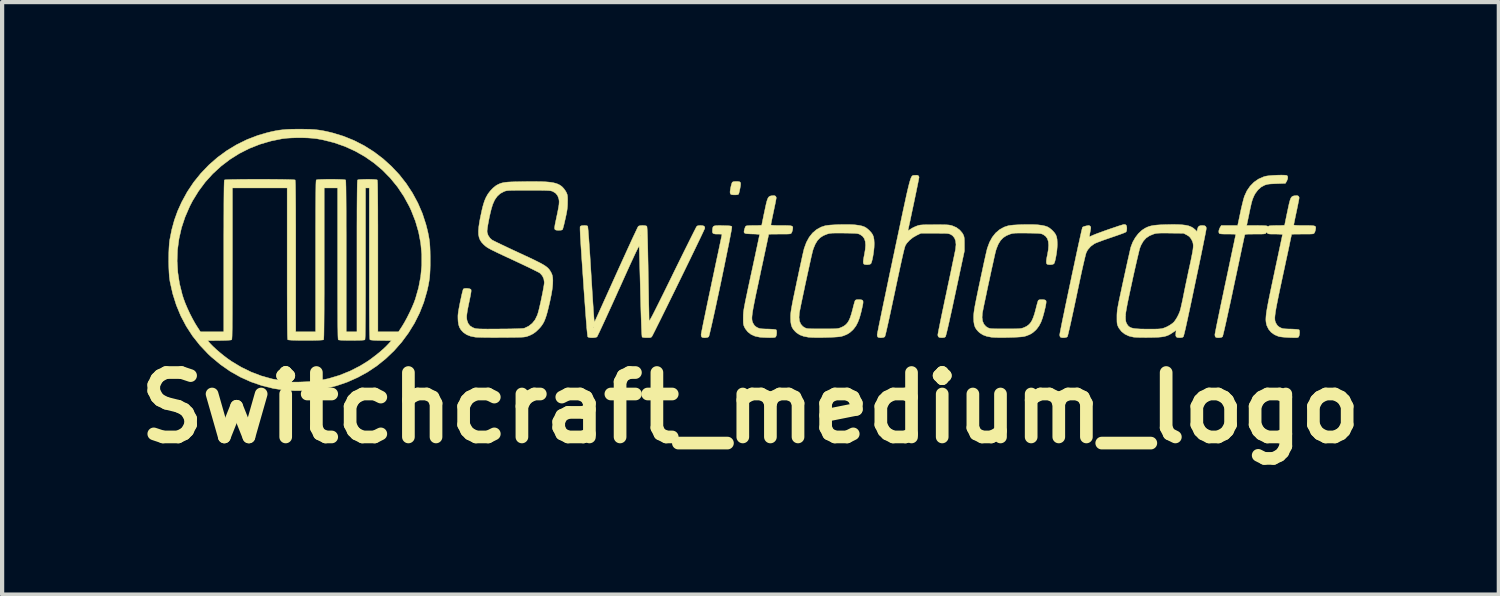
<source format=kicad_pcb>
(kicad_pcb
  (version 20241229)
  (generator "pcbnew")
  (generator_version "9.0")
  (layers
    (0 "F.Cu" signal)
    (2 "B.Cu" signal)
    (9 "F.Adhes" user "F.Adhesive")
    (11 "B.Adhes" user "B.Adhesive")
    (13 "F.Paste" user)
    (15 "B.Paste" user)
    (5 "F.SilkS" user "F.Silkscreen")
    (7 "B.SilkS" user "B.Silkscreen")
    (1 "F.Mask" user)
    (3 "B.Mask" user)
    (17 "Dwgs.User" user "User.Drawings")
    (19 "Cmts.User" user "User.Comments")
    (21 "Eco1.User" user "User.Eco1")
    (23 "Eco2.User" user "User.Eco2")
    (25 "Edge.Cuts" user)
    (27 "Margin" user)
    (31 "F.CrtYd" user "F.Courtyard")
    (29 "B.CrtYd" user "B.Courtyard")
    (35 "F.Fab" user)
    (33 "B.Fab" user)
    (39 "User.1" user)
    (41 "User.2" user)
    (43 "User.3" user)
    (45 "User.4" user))
  (footprint "Switchcraft_medium_logo"
    (layer "F.Cu")
    (at 14.703 3.097)
    (property "Reference" "Switchcraft_medium_logo" (at 0 3.5 0) (layer "F.SilkS") (effects (font (size 1.524 1.524) (thickness 0.3))))
    (attr through_hole)
    (fp_poly (pts (xy -0.288 -1.853) (xy -0.256 -1.846) (xy -0.238 -1.83) (xy -0.232 -1.8) (xy -0.236 -1.754) (xy -0.247 -1.692) (xy -0.258 -1.637) (xy -0.269 -1.592) (xy -0.278 -1.561) (xy -0.283 -1.553) (xy -0.302 -1.543) (xy -0.339 -1.538) (xy -0.382 -1.537) (xy -0.425 -1.539) (xy -0.457 -1.546) (xy -0.467 -1.552) (xy -0.479 -1.575) (xy -0.483 -1.602) (xy -0.48 -1.637) (xy -0.472 -1.684) (xy -0.462 -1.735) (xy -0.45 -1.783) (xy -0.438 -1.82) (xy -0.43 -1.837) (xy -0.407 -1.848) (xy -0.363 -1.854) (xy -0.337 -1.854) (xy -0.288 -1.853)) (stroke (width 0.01) (type solid)) (fill yes) (layer "F.SilkS"))
    (fp_poly (pts (xy -0.694 -0.811) (xy -0.657 -0.81) (xy -0.579 -0.808) (xy -0.523 -0.806) (xy -0.485 -0.803) (xy -0.46 -0.798) (xy -0.446 -0.792) (xy -0.44 -0.785) (xy -0.441 -0.77) (xy -0.446 -0.732) (xy -0.456 -0.673) (xy -0.471 -0.595) (xy -0.489 -0.5) (xy -0.51 -0.391) (xy -0.535 -0.269) (xy -0.562 -0.136) (xy -0.591 0.005) (xy -0.621 0.154) (xy -0.653 0.307) (xy -0.685 0.462) (xy -0.718 0.619) (xy -0.751 0.774) (xy -0.784 0.926) (xy -0.815 1.072) (xy -0.845 1.211) (xy -0.874 1.341) (xy -0.9 1.459) (xy -0.924 1.565) (xy -0.945 1.654) (xy -0.962 1.727) (xy -0.975 1.78) (xy -0.985 1.811) (xy -0.988 1.819) (xy -1.013 1.833) (xy -1.052 1.84) (xy -1.096 1.842) (xy -1.134 1.836) (xy -1.153 1.826) (xy -1.164 1.803) (xy -1.168 1.771) (xy -1.166 1.753) (xy -1.158 1.712) (xy -1.146 1.65) (xy -1.13 1.568) (xy -1.11 1.469) (xy -1.086 1.354) (xy -1.059 1.224) (xy -1.03 1.083) (xy -0.998 0.931) (xy -0.964 0.77) (xy -0.928 0.602) (xy -0.921 0.566) (xy -0.885 0.398) (xy -0.851 0.237) (xy -0.819 0.085) (xy -0.789 -0.056) (xy -0.761 -0.185) (xy -0.737 -0.3) (xy -0.716 -0.399) (xy -0.699 -0.481) (xy -0.686 -0.543) (xy -0.677 -0.585) (xy -0.673 -0.604) (xy -0.673 -0.604) (xy -0.685 -0.607) (xy -0.716 -0.609) (xy -0.76 -0.61) (xy -0.773 -0.61) (xy -0.833 -0.611) (xy -0.872 -0.619) (xy -0.893 -0.635) (xy -0.901 -0.664) (xy -0.899 -0.708) (xy -0.899 -0.711) (xy -0.895 -0.747) (xy -0.888 -0.774) (xy -0.876 -0.792) (xy -0.854 -0.803) (xy -0.818 -0.809) (xy -0.766 -0.811) (xy -0.694 -0.811)) (stroke (width 0.01) (type solid)) (fill yes) (layer "F.SilkS"))
    (fp_poly (pts (xy 8.873 -0.832) (xy 8.893 -0.811) (xy 8.902 -0.772) (xy 8.903 -0.742) (xy 8.899 -0.694) (xy 8.887 -0.664) (xy 8.88 -0.658) (xy 8.863 -0.649) (xy 8.825 -0.633) (xy 8.769 -0.612) (xy 8.699 -0.587) (xy 8.619 -0.559) (xy 8.531 -0.529) (xy 8.528 -0.528) (xy 8.437 -0.497) (xy 8.351 -0.467) (xy 8.274 -0.438) (xy 8.209 -0.414) (xy 8.161 -0.394) (xy 8.134 -0.381) (xy 8.048 -0.318) (xy 7.98 -0.24) (xy 7.946 -0.178) (xy 7.936 -0.149) (xy 7.922 -0.096) (xy 7.903 -0.018) (xy 7.879 0.085) (xy 7.85 0.211) (xy 7.817 0.362) (xy 7.78 0.536) (xy 7.738 0.734) (xy 7.715 0.845) (xy 7.678 1.019) (xy 7.644 1.179) (xy 7.612 1.325) (xy 7.584 1.455) (xy 7.559 1.567) (xy 7.537 1.66) (xy 7.52 1.734) (xy 7.507 1.785) (xy 7.498 1.814) (xy 7.496 1.819) (xy 7.471 1.833) (xy 7.431 1.84) (xy 7.388 1.842) (xy 7.35 1.836) (xy 7.33 1.826) (xy 7.319 1.803) (xy 7.315 1.772) (xy 7.318 1.753) (xy 7.325 1.712) (xy 7.337 1.65) (xy 7.353 1.569) (xy 7.372 1.472) (xy 7.395 1.361) (xy 7.421 1.238) (xy 7.448 1.105) (xy 7.478 0.963) (xy 7.509 0.815) (xy 7.541 0.663) (xy 7.574 0.508) (xy 7.606 0.354) (xy 7.639 0.202) (xy 7.671 0.053) (xy 7.701 -0.089) (xy 7.73 -0.224) (xy 7.757 -0.348) (xy 7.782 -0.46) (xy 7.804 -0.559) (xy 7.822 -0.641) (xy 7.837 -0.705) (xy 7.848 -0.748) (xy 7.854 -0.77) (xy 7.854 -0.772) (xy 7.874 -0.783) (xy 7.91 -0.795) (xy 7.941 -0.803) (xy 7.984 -0.811) (xy 8.009 -0.811) (xy 8.026 -0.805) (xy 8.035 -0.797) (xy 8.045 -0.785) (xy 8.05 -0.77) (xy 8.05 -0.747) (xy 8.044 -0.709) (xy 8.036 -0.665) (xy 8.027 -0.615) (xy 8.021 -0.576) (xy 8.019 -0.553) (xy 8.019 -0.549) (xy 8.032 -0.552) (xy 8.06 -0.563) (xy 8.079 -0.573) (xy 8.11 -0.586) (xy 8.158 -0.606) (xy 8.222 -0.63) (xy 8.296 -0.657) (xy 8.378 -0.687) (xy 8.462 -0.717) (xy 8.547 -0.746) (xy 8.628 -0.773) (xy 8.7 -0.798) (xy 8.762 -0.817) (xy 8.808 -0.831) (xy 8.835 -0.838) (xy 8.839 -0.838) (xy 8.873 -0.832)) (stroke (width 0.01) (type solid)) (fill yes) (layer "F.SilkS"))
    (fp_poly (pts (xy 0.596 -1.506) (xy 0.609 -1.476) (xy 0.61 -1.467) (xy 0.607 -1.447) (xy 0.6 -1.406) (xy 0.589 -1.348) (xy 0.574 -1.276) (xy 0.557 -1.195) (xy 0.546 -1.142) (xy 0.528 -1.058) (xy 0.512 -0.982) (xy 0.499 -0.917) (xy 0.489 -0.868) (xy 0.484 -0.837) (xy 0.483 -0.829) (xy 0.488 -0.823) (xy 0.508 -0.819) (xy 0.543 -0.816) (xy 0.597 -0.814) (xy 0.673 -0.813) (xy 0.729 -0.813) (xy 0.82 -0.813) (xy 0.89 -0.811) (xy 0.94 -0.808) (xy 0.973 -0.801) (xy 0.992 -0.791) (xy 1.001 -0.775) (xy 1.002 -0.753) (xy 0.998 -0.724) (xy 0.998 -0.721) (xy 0.988 -0.679) (xy 0.974 -0.644) (xy 0.971 -0.638) (xy 0.964 -0.629) (xy 0.954 -0.621) (xy 0.94 -0.616) (xy 0.916 -0.613) (xy 0.88 -0.611) (xy 0.827 -0.61) (xy 0.756 -0.61) (xy 0.692 -0.61) (xy 0.614 -0.609) (xy 0.545 -0.609) (xy 0.489 -0.608) (xy 0.451 -0.606) (xy 0.433 -0.605) (xy 0.432 -0.604) (xy 0.429 -0.591) (xy 0.422 -0.555) (xy 0.41 -0.499) (xy 0.394 -0.423) (xy 0.374 -0.33) (xy 0.351 -0.222) (xy 0.325 -0.101) (xy 0.297 0.032) (xy 0.266 0.174) (xy 0.234 0.323) (xy 0.234 0.326) (xy 0.194 0.514) (xy 0.159 0.678) (xy 0.128 0.821) (xy 0.103 0.944) (xy 0.082 1.05) (xy 0.065 1.139) (xy 0.052 1.214) (xy 0.043 1.276) (xy 0.037 1.327) (xy 0.034 1.369) (xy 0.035 1.403) (xy 0.038 1.431) (xy 0.043 1.455) (xy 0.051 1.476) (xy 0.06 1.497) (xy 0.065 1.506) (xy 0.094 1.552) (xy 0.133 1.585) (xy 0.159 1.6) (xy 0.186 1.613) (xy 0.212 1.622) (xy 0.243 1.628) (xy 0.284 1.632) (xy 0.34 1.635) (xy 0.406 1.636) (xy 0.481 1.639) (xy 0.542 1.643) (xy 0.586 1.648) (xy 0.607 1.654) (xy 0.608 1.655) (xy 0.617 1.676) (xy 0.62 1.713) (xy 0.618 1.755) (xy 0.61 1.794) (xy 0.598 1.821) (xy 0.598 1.822) (xy 0.585 1.831) (xy 0.563 1.836) (xy 0.527 1.839) (xy 0.472 1.84) (xy 0.44 1.84) (xy 0.371 1.838) (xy 0.302 1.835) (xy 0.241 1.831) (xy 0.213 1.828) (xy 0.106 1.805) (xy 0.013 1.763) (xy -0.064 1.703) (xy -0.123 1.627) (xy -0.136 1.603) (xy -0.151 1.571) (xy -0.161 1.544) (xy -0.167 1.514) (xy -0.17 1.475) (xy -0.171 1.422) (xy -0.171 1.365) (xy -0.17 1.333) (xy -0.17 1.304) (xy -0.168 1.275) (xy -0.166 1.244) (xy -0.162 1.21) (xy -0.156 1.17) (xy -0.148 1.122) (xy -0.137 1.065) (xy -0.124 0.996) (xy -0.107 0.914) (xy -0.086 0.816) (xy -0.062 0.7) (xy -0.033 0.565) (xy 0.001 0.407) (xy 0.023 0.306) (xy 0.055 0.159) (xy 0.085 0.019) (xy 0.113 -0.111) (xy 0.138 -0.23) (xy 0.161 -0.336) (xy 0.18 -0.427) (xy 0.196 -0.501) (xy 0.207 -0.555) (xy 0.214 -0.589) (xy 0.216 -0.599) (xy 0.204 -0.603) (xy 0.171 -0.606) (xy 0.122 -0.61) (xy 0.062 -0.612) (xy 0.043 -0.612) (xy -0.035 -0.615) (xy -0.09 -0.619) (xy -0.126 -0.626) (xy -0.146 -0.639) (xy -0.153 -0.659) (xy -0.15 -0.688) (xy -0.142 -0.72) (xy -0.13 -0.759) (xy -0.117 -0.788) (xy -0.112 -0.796) (xy -0.098 -0.803) (xy -0.068 -0.808) (xy -0.019 -0.811) (xy 0.052 -0.813) (xy 0.084 -0.813) (xy 0.149 -0.813) (xy 0.204 -0.815) (xy 0.244 -0.817) (xy 0.265 -0.82) (xy 0.267 -0.822) (xy 0.269 -0.836) (xy 0.276 -0.872) (xy 0.287 -0.926) (xy 0.301 -0.994) (xy 0.317 -1.073) (xy 0.332 -1.142) (xy 0.354 -1.247) (xy 0.372 -1.328) (xy 0.388 -1.391) (xy 0.404 -1.437) (xy 0.419 -1.47) (xy 0.437 -1.491) (xy 0.457 -1.505) (xy 0.482 -1.513) (xy 0.513 -1.518) (xy 0.514 -1.518) (xy 0.565 -1.52) (xy 0.596 -1.506)) (stroke (width 0.01) (type solid)) (fill yes) (layer "F.SilkS"))
    (fp_poly (pts (xy 3.975 -1.988) (xy 3.988 -1.958) (xy 3.988 -1.952) (xy 3.985 -1.936) (xy 3.978 -1.898) (xy 3.967 -1.841) (xy 3.952 -1.767) (xy 3.934 -1.68) (xy 3.914 -1.582) (xy 3.892 -1.477) (xy 3.869 -1.366) (xy 3.845 -1.253) (xy 3.821 -1.14) (xy 3.798 -1.031) (xy 3.777 -0.929) (xy 3.756 -0.835) (xy 3.739 -0.754) (xy 3.734 -0.734) (xy 3.729 -0.708) (xy 3.73 -0.696) (xy 3.74 -0.697) (xy 3.764 -0.711) (xy 3.804 -0.738) (xy 3.844 -0.761) (xy 3.895 -0.785) (xy 3.937 -0.802) (xy 3.963 -0.811) (xy 3.988 -0.818) (xy 4.015 -0.823) (xy 4.049 -0.826) (xy 4.092 -0.829) (xy 4.148 -0.83) (xy 4.221 -0.831) (xy 4.314 -0.831) (xy 4.356 -0.832) (xy 4.459 -0.832) (xy 4.54 -0.831) (xy 4.603 -0.83) (xy 4.651 -0.828) (xy 4.689 -0.825) (xy 4.721 -0.82) (xy 4.749 -0.814) (xy 4.777 -0.805) (xy 4.783 -0.803) (xy 4.873 -0.764) (xy 4.95 -0.706) (xy 5.01 -0.636) (xy 5.031 -0.6) (xy 5.043 -0.572) (xy 5.052 -0.545) (xy 5.057 -0.512) (xy 5.06 -0.468) (xy 5.061 -0.406) (xy 5.061 -0.375) (xy 5.061 -0.21) (xy 4.846 0.794) (xy 4.808 0.971) (xy 4.773 1.135) (xy 4.74 1.285) (xy 4.71 1.419) (xy 4.684 1.536) (xy 4.661 1.635) (xy 4.642 1.714) (xy 4.627 1.772) (xy 4.617 1.808) (xy 4.613 1.819) (xy 4.588 1.835) (xy 4.546 1.841) (xy 4.528 1.841) (xy 4.478 1.838) (xy 4.448 1.824) (xy 4.435 1.798) (xy 4.432 1.772) (xy 4.435 1.753) (xy 4.442 1.712) (xy 4.454 1.65) (xy 4.471 1.569) (xy 4.49 1.471) (xy 4.513 1.358) (xy 4.539 1.233) (xy 4.568 1.097) (xy 4.598 0.952) (xy 4.631 0.8) (xy 4.635 0.78) (xy 4.667 0.626) (xy 4.699 0.478) (xy 4.729 0.337) (xy 4.756 0.206) (xy 4.781 0.086) (xy 4.803 -0.019) (xy 4.822 -0.108) (xy 4.836 -0.179) (xy 4.847 -0.23) (xy 4.852 -0.258) (xy 4.852 -0.259) (xy 4.862 -0.361) (xy 4.853 -0.448) (xy 4.826 -0.519) (xy 4.781 -0.573) (xy 4.741 -0.599) (xy 4.721 -0.608) (xy 4.702 -0.615) (xy 4.68 -0.62) (xy 4.652 -0.624) (xy 4.614 -0.626) (xy 4.562 -0.628) (xy 4.494 -0.628) (xy 4.405 -0.629) (xy 4.356 -0.629) (xy 4.032 -0.629) (xy 3.934 -0.582) (xy 3.844 -0.53) (xy 3.764 -0.466) (xy 3.7 -0.396) (xy 3.667 -0.346) (xy 3.66 -0.329) (xy 3.651 -0.302) (xy 3.64 -0.263) (xy 3.627 -0.211) (xy 3.611 -0.145) (xy 3.592 -0.062) (xy 3.57 0.037) (xy 3.544 0.155) (xy 3.514 0.294) (xy 3.48 0.453) (xy 3.441 0.635) (xy 3.416 0.756) (xy 3.377 0.938) (xy 3.341 1.107) (xy 3.308 1.261) (xy 3.278 1.399) (xy 3.251 1.52) (xy 3.228 1.622) (xy 3.209 1.704) (xy 3.194 1.766) (xy 3.183 1.804) (xy 3.178 1.819) (xy 3.153 1.833) (xy 3.113 1.84) (xy 3.07 1.842) (xy 3.032 1.836) (xy 3.012 1.826) (xy 3.001 1.803) (xy 2.997 1.772) (xy 3 1.756) (xy 3.007 1.715) (xy 3.02 1.653) (xy 3.036 1.57) (xy 3.057 1.468) (xy 3.082 1.349) (xy 3.11 1.212) (xy 3.141 1.061) (xy 3.176 0.896) (xy 3.213 0.719) (xy 3.252 0.531) (xy 3.293 0.334) (xy 3.337 0.129) (xy 3.381 -0.082) (xy 3.386 -0.102) (xy 3.439 -0.355) (xy 3.488 -0.585) (xy 3.532 -0.792) (xy 3.571 -0.978) (xy 3.606 -1.143) (xy 3.638 -1.29) (xy 3.666 -1.419) (xy 3.69 -1.531) (xy 3.712 -1.627) (xy 3.732 -1.71) (xy 3.749 -1.779) (xy 3.764 -1.836) (xy 3.778 -1.882) (xy 3.79 -1.918) (xy 3.801 -1.946) (xy 3.811 -1.966) (xy 3.822 -1.981) (xy 3.832 -1.99) (xy 3.842 -1.995) (xy 3.853 -1.998) (xy 3.864 -1.999) (xy 3.877 -1.999) (xy 3.891 -2.001) (xy 3.892 -2.001) (xy 3.944 -2.002) (xy 3.975 -1.988)) (stroke (width 0.01) (type solid)) (fill yes) (layer "F.SilkS"))
    (fp_poly (pts (xy 2.352 -0.835) (xy 2.432 -0.831) (xy 2.477 -0.828) (xy 2.567 -0.816) (xy 2.638 -0.801) (xy 2.695 -0.781) (xy 2.745 -0.752) (xy 2.793 -0.712) (xy 2.814 -0.692) (xy 2.858 -0.644) (xy 2.89 -0.597) (xy 2.91 -0.546) (xy 2.922 -0.485) (xy 2.927 -0.407) (xy 2.927 -0.362) (xy 2.925 -0.299) (xy 2.918 -0.227) (xy 2.908 -0.151) (xy 2.896 -0.077) (xy 2.882 -0.01) (xy 2.868 0.044) (xy 2.854 0.081) (xy 2.847 0.092) (xy 2.823 0.106) (xy 2.783 0.113) (xy 2.74 0.114) (xy 2.702 0.109) (xy 2.682 0.099) (xy 2.672 0.08) (xy 2.668 0.048) (xy 2.672 -0.000011) (xy 2.683 -0.067) (xy 2.694 -0.122) (xy 2.715 -0.245) (xy 2.723 -0.348) (xy 2.716 -0.433) (xy 2.694 -0.501) (xy 2.657 -0.554) (xy 2.604 -0.593) (xy 2.598 -0.597) (xy 2.577 -0.607) (xy 2.558 -0.614) (xy 2.536 -0.62) (xy 2.508 -0.624) (xy 2.47 -0.627) (xy 2.419 -0.629) (xy 2.351 -0.631) (xy 2.262 -0.632) (xy 2.218 -0.633) (xy 2.119 -0.634) (xy 2.04 -0.634) (xy 1.98 -0.633) (xy 1.933 -0.632) (xy 1.897 -0.628) (xy 1.866 -0.624) (xy 1.838 -0.617) (xy 1.817 -0.611) (xy 1.725 -0.574) (xy 1.648 -0.524) (xy 1.585 -0.458) (xy 1.533 -0.373) (xy 1.489 -0.267) (xy 1.475 -0.222) (xy 1.467 -0.192) (xy 1.455 -0.141) (xy 1.438 -0.07) (xy 1.419 0.017) (xy 1.397 0.117) (xy 1.373 0.227) (xy 1.347 0.344) (xy 1.321 0.465) (xy 1.294 0.588) (xy 1.269 0.71) (xy 1.244 0.827) (xy 1.221 0.936) (xy 1.2 1.035) (xy 1.183 1.121) (xy 1.169 1.19) (xy 1.159 1.24) (xy 1.156 1.262) (xy 1.149 1.362) (xy 1.16 1.449) (xy 1.19 1.52) (xy 1.238 1.575) (xy 1.28 1.602) (xy 1.298 1.611) (xy 1.316 1.618) (xy 1.336 1.623) (xy 1.363 1.627) (xy 1.398 1.629) (xy 1.447 1.631) (xy 1.51 1.632) (xy 1.593 1.632) (xy 1.697 1.632) (xy 1.702 1.632) (xy 1.808 1.632) (xy 1.891 1.632) (xy 1.956 1.631) (xy 2.006 1.629) (xy 2.043 1.626) (xy 2.072 1.622) (xy 2.096 1.617) (xy 2.117 1.61) (xy 2.138 1.602) (xy 2.198 1.574) (xy 2.248 1.539) (xy 2.29 1.496) (xy 2.326 1.44) (xy 2.358 1.368) (xy 2.388 1.278) (xy 2.418 1.166) (xy 2.422 1.151) (xy 2.438 1.086) (xy 2.454 1.029) (xy 2.467 0.985) (xy 2.477 0.96) (xy 2.479 0.956) (xy 2.501 0.945) (xy 2.538 0.94) (xy 2.582 0.94) (xy 2.622 0.945) (xy 2.65 0.955) (xy 2.654 0.959) (xy 2.661 0.972) (xy 2.664 0.992) (xy 2.663 1.021) (xy 2.656 1.064) (xy 2.643 1.124) (xy 2.625 1.203) (xy 2.615 1.245) (xy 2.58 1.371) (xy 2.54 1.476) (xy 2.495 1.563) (xy 2.441 1.635) (xy 2.414 1.664) (xy 2.348 1.722) (xy 2.279 1.764) (xy 2.197 1.797) (xy 2.153 1.81) (xy 2.115 1.817) (xy 2.056 1.823) (xy 1.981 1.828) (xy 1.894 1.832) (xy 1.8 1.835) (xy 1.704 1.837) (xy 1.61 1.837) (xy 1.522 1.837) (xy 1.445 1.835) (xy 1.384 1.831) (xy 1.364 1.829) (xy 1.257 1.808) (xy 1.169 1.775) (xy 1.095 1.728) (xy 1.06 1.696) (xy 1.015 1.646) (xy 0.983 1.594) (xy 0.963 1.535) (xy 0.952 1.464) (xy 0.949 1.375) (xy 0.949 1.353) (xy 0.949 1.32) (xy 0.951 1.288) (xy 0.954 1.254) (xy 0.959 1.214) (xy 0.966 1.168) (xy 0.976 1.112) (xy 0.988 1.044) (xy 1.004 0.962) (xy 1.024 0.864) (xy 1.049 0.747) (xy 1.078 0.609) (xy 1.097 0.516) (xy 1.126 0.383) (xy 1.153 0.255) (xy 1.179 0.136) (xy 1.203 0.026) (xy 1.224 -0.071) (xy 1.242 -0.152) (xy 1.257 -0.215) (xy 1.267 -0.258) (xy 1.271 -0.272) (xy 1.323 -0.414) (xy 1.389 -0.535) (xy 1.469 -0.636) (xy 1.563 -0.716) (xy 1.67 -0.775) (xy 1.766 -0.807) (xy 1.816 -0.815) (xy 1.886 -0.823) (xy 1.97 -0.828) (xy 2.064 -0.833) (xy 2.163 -0.835) (xy 2.26 -0.836) (xy 2.352 -0.835)) (stroke (width 0.01) (type solid)) (fill yes) (layer "F.SilkS"))
    (fp_poly (pts (xy 6.683 -0.835) (xy 6.763 -0.831) (xy 6.807 -0.828) (xy 6.897 -0.816) (xy 6.968 -0.801) (xy 7.026 -0.781) (xy 7.075 -0.752) (xy 7.124 -0.712) (xy 7.145 -0.692) (xy 7.189 -0.644) (xy 7.221 -0.597) (xy 7.241 -0.546) (xy 7.253 -0.485) (xy 7.257 -0.407) (xy 7.258 -0.362) (xy 7.255 -0.299) (xy 7.249 -0.227) (xy 7.239 -0.151) (xy 7.226 -0.077) (xy 7.213 -0.01) (xy 7.199 0.044) (xy 7.185 0.081) (xy 7.178 0.092) (xy 7.153 0.106) (xy 7.114 0.113) (xy 7.07 0.114) (xy 7.032 0.109) (xy 7.013 0.099) (xy 7.002 0.08) (xy 6.999 0.048) (xy 7.002 -0.000011) (xy 7.013 -0.067) (xy 7.025 -0.122) (xy 7.046 -0.245) (xy 7.053 -0.348) (xy 7.046 -0.433) (xy 7.024 -0.501) (xy 6.987 -0.554) (xy 6.935 -0.593) (xy 6.928 -0.597) (xy 6.908 -0.607) (xy 6.889 -0.614) (xy 6.867 -0.62) (xy 6.838 -0.624) (xy 6.801 -0.627) (xy 6.749 -0.629) (xy 6.681 -0.631) (xy 6.593 -0.632) (xy 6.549 -0.633) (xy 6.449 -0.634) (xy 6.371 -0.634) (xy 6.31 -0.633) (xy 6.264 -0.632) (xy 6.227 -0.628) (xy 6.197 -0.624) (xy 6.169 -0.617) (xy 6.148 -0.611) (xy 6.056 -0.574) (xy 5.979 -0.524) (xy 5.916 -0.458) (xy 5.863 -0.373) (xy 5.82 -0.267) (xy 5.805 -0.222) (xy 5.798 -0.192) (xy 5.785 -0.141) (xy 5.769 -0.07) (xy 5.75 0.017) (xy 5.728 0.117) (xy 5.703 0.227) (xy 5.678 0.344) (xy 5.652 0.465) (xy 5.625 0.588) (xy 5.599 0.71) (xy 5.575 0.827) (xy 5.552 0.936) (xy 5.531 1.035) (xy 5.513 1.121) (xy 5.5 1.19) (xy 5.49 1.24) (xy 5.486 1.262) (xy 5.479 1.362) (xy 5.491 1.449) (xy 5.521 1.52) (xy 5.569 1.575) (xy 5.61 1.602) (xy 5.629 1.611) (xy 5.646 1.618) (xy 5.667 1.623) (xy 5.693 1.627) (xy 5.729 1.629) (xy 5.777 1.631) (xy 5.841 1.632) (xy 5.924 1.632) (xy 6.028 1.632) (xy 6.032 1.632) (xy 6.138 1.632) (xy 6.222 1.632) (xy 6.287 1.631) (xy 6.336 1.629) (xy 6.374 1.626) (xy 6.403 1.622) (xy 6.426 1.617) (xy 6.448 1.61) (xy 6.469 1.602) (xy 6.529 1.574) (xy 6.578 1.539) (xy 6.62 1.496) (xy 6.656 1.44) (xy 6.688 1.368) (xy 6.719 1.278) (xy 6.749 1.166) (xy 6.753 1.151) (xy 6.769 1.086) (xy 6.785 1.029) (xy 6.798 0.985) (xy 6.807 0.96) (xy 6.81 0.956) (xy 6.832 0.945) (xy 6.869 0.94) (xy 6.912 0.94) (xy 6.953 0.945) (xy 6.98 0.955) (xy 6.985 0.959) (xy 6.992 0.972) (xy 6.995 0.992) (xy 6.993 1.021) (xy 6.986 1.064) (xy 6.974 1.124) (xy 6.955 1.203) (xy 6.945 1.245) (xy 6.91 1.371) (xy 6.871 1.476) (xy 6.825 1.563) (xy 6.772 1.635) (xy 6.745 1.664) (xy 6.679 1.722) (xy 6.61 1.764) (xy 6.528 1.797) (xy 6.483 1.81) (xy 6.445 1.817) (xy 6.387 1.823) (xy 6.312 1.828) (xy 6.225 1.832) (xy 6.131 1.835) (xy 6.035 1.837) (xy 5.94 1.837) (xy 5.853 1.837) (xy 5.776 1.835) (xy 5.715 1.831) (xy 5.695 1.829) (xy 5.588 1.808) (xy 5.5 1.775) (xy 5.426 1.728) (xy 5.39 1.696) (xy 5.346 1.646) (xy 5.314 1.594) (xy 5.294 1.535) (xy 5.283 1.464) (xy 5.279 1.375) (xy 5.279 1.353) (xy 5.28 1.32) (xy 5.282 1.288) (xy 5.285 1.254) (xy 5.29 1.214) (xy 5.297 1.168) (xy 5.306 1.112) (xy 5.319 1.044) (xy 5.335 0.962) (xy 5.355 0.864) (xy 5.379 0.747) (xy 5.408 0.609) (xy 5.428 0.516) (xy 5.456 0.383) (xy 5.484 0.255) (xy 5.509 0.136) (xy 5.533 0.026) (xy 5.555 -0.071) (xy 5.573 -0.152) (xy 5.588 -0.215) (xy 5.598 -0.258) (xy 5.602 -0.272) (xy 5.654 -0.414) (xy 5.72 -0.535) (xy 5.8 -0.636) (xy 5.894 -0.716) (xy 6.001 -0.775) (xy 6.097 -0.807) (xy 6.147 -0.815) (xy 6.216 -0.823) (xy 6.301 -0.828) (xy 6.395 -0.833) (xy 6.493 -0.835) (xy 6.591 -0.836) (xy 6.683 -0.835)) (stroke (width 0.01) (type solid)) (fill yes) (layer "F.SilkS"))
    (fp_poly (pts (xy 10.116 -0.835) (xy 10.215 -0.829) (xy 10.297 -0.819) (xy 10.365 -0.804) (xy 10.422 -0.782) (xy 10.47 -0.755) (xy 10.511 -0.721) (xy 10.517 -0.716) (xy 10.563 -0.671) (xy 10.572 -0.72) (xy 10.587 -0.769) (xy 10.611 -0.798) (xy 10.651 -0.811) (xy 10.686 -0.813) (xy 10.737 -0.809) (xy 10.766 -0.795) (xy 10.78 -0.769) (xy 10.782 -0.744) (xy 10.78 -0.723) (xy 10.773 -0.681) (xy 10.761 -0.619) (xy 10.746 -0.541) (xy 10.727 -0.448) (xy 10.706 -0.343) (xy 10.683 -0.23) (xy 10.662 -0.127) (xy 10.607 0.138) (xy 10.556 0.379) (xy 10.51 0.598) (xy 10.469 0.794) (xy 10.432 0.97) (xy 10.399 1.126) (xy 10.369 1.263) (xy 10.344 1.382) (xy 10.321 1.485) (xy 10.302 1.572) (xy 10.286 1.643) (xy 10.272 1.701) (xy 10.261 1.747) (xy 10.252 1.78) (xy 10.246 1.803) (xy 10.241 1.816) (xy 10.239 1.819) (xy 10.215 1.835) (xy 10.174 1.841) (xy 10.153 1.841) (xy 10.104 1.838) (xy 10.074 1.824) (xy 10.061 1.797) (xy 10.061 1.75) (xy 10.062 1.734) (xy 10.069 1.665) (xy 9.987 1.721) (xy 9.938 1.753) (xy 9.891 1.779) (xy 9.843 1.798) (xy 9.79 1.813) (xy 9.727 1.823) (xy 9.652 1.83) (xy 9.559 1.834) (xy 9.445 1.836) (xy 9.442 1.836) (xy 9.353 1.837) (xy 9.266 1.836) (xy 9.187 1.835) (xy 9.122 1.832) (xy 9.074 1.829) (xy 9.062 1.828) (xy 8.952 1.802) (xy 8.857 1.757) (xy 8.778 1.695) (xy 8.717 1.616) (xy 8.703 1.59) (xy 8.688 1.558) (xy 8.679 1.531) (xy 8.673 1.501) (xy 8.67 1.462) (xy 8.669 1.409) (xy 8.669 1.353) (xy 8.669 1.34) (xy 8.872 1.34) (xy 8.873 1.4) (xy 8.877 1.443) (xy 8.885 1.476) (xy 8.899 1.506) (xy 8.92 1.542) (xy 8.945 1.571) (xy 8.976 1.593) (xy 9.015 1.61) (xy 9.067 1.622) (xy 9.133 1.63) (xy 9.216 1.635) (xy 9.32 1.637) (xy 9.402 1.637) (xy 9.499 1.638) (xy 9.575 1.637) (xy 9.633 1.636) (xy 9.678 1.633) (xy 9.713 1.629) (xy 9.742 1.624) (xy 9.768 1.616) (xy 9.782 1.612) (xy 9.85 1.584) (xy 9.919 1.546) (xy 9.98 1.504) (xy 10.017 1.471) (xy 10.051 1.426) (xy 10.089 1.366) (xy 10.124 1.299) (xy 10.152 1.234) (xy 10.159 1.214) (xy 10.169 1.179) (xy 10.183 1.124) (xy 10.199 1.053) (xy 10.217 0.972) (xy 10.235 0.885) (xy 10.243 0.845) (xy 10.261 0.755) (xy 10.283 0.647) (xy 10.308 0.527) (xy 10.335 0.401) (xy 10.361 0.275) (xy 10.387 0.157) (xy 10.391 0.14) (xy 10.418 0.014) (xy 10.439 -0.091) (xy 10.456 -0.176) (xy 10.467 -0.245) (xy 10.473 -0.301) (xy 10.474 -0.346) (xy 10.47 -0.384) (xy 10.462 -0.417) (xy 10.45 -0.448) (xy 10.433 -0.48) (xy 10.43 -0.486) (xy 10.401 -0.529) (xy 10.369 -0.56) (xy 10.323 -0.588) (xy 10.318 -0.591) (xy 10.244 -0.629) (xy 9.934 -0.632) (xy 9.834 -0.634) (xy 9.757 -0.634) (xy 9.697 -0.633) (xy 9.651 -0.631) (xy 9.614 -0.628) (xy 9.584 -0.623) (xy 9.556 -0.616) (xy 9.539 -0.611) (xy 9.441 -0.571) (xy 9.36 -0.517) (xy 9.294 -0.444) (xy 9.241 -0.352) (xy 9.214 -0.286) (xy 9.205 -0.257) (xy 9.192 -0.206) (xy 9.175 -0.135) (xy 9.154 -0.047) (xy 9.13 0.056) (xy 9.104 0.17) (xy 9.076 0.294) (xy 9.047 0.424) (xy 9.028 0.514) (xy 8.994 0.671) (xy 8.965 0.805) (xy 8.941 0.919) (xy 8.921 1.014) (xy 8.906 1.093) (xy 8.894 1.159) (xy 8.885 1.212) (xy 8.878 1.255) (xy 8.874 1.292) (xy 8.872 1.322) (xy 8.872 1.34) (xy 8.669 1.34) (xy 8.669 1.317) (xy 8.67 1.284) (xy 8.672 1.252) (xy 8.675 1.218) (xy 8.679 1.181) (xy 8.686 1.136) (xy 8.696 1.083) (xy 8.708 1.019) (xy 8.724 0.941) (xy 8.744 0.848) (xy 8.768 0.736) (xy 8.796 0.604) (xy 8.824 0.476) (xy 8.853 0.343) (xy 8.881 0.216) (xy 8.907 0.097) (xy 8.931 -0.012) (xy 8.953 -0.107) (xy 8.971 -0.187) (xy 8.985 -0.249) (xy 8.995 -0.29) (xy 8.999 -0.305) (xy 9.043 -0.42) (xy 9.104 -0.527) (xy 9.177 -0.622) (xy 9.259 -0.699) (xy 9.332 -0.747) (xy 9.38 -0.771) (xy 9.428 -0.79) (xy 9.48 -0.804) (xy 9.539 -0.815) (xy 9.61 -0.823) (xy 9.697 -0.829) (xy 9.803 -0.833) (xy 9.855 -0.834) (xy 9.997 -0.837) (xy 10.116 -0.835)) (stroke (width 0.01) (type solid)) (fill yes) (layer "F.SilkS"))
    (fp_poly (pts (xy -2.497 -0.81) (xy -2.464 -0.802) (xy -2.452 -0.795) (xy -2.449 -0.784) (xy -2.446 -0.757) (xy -2.443 -0.713) (xy -2.44 -0.652) (xy -2.437 -0.572) (xy -2.434 -0.473) (xy -2.431 -0.352) (xy -2.428 -0.21) (xy -2.425 -0.046) (xy -2.421 0.142) (xy -2.419 0.301) (xy -2.416 0.465) (xy -2.413 0.623) (xy -2.41 0.772) (xy -2.408 0.911) (xy -2.406 1.038) (xy -2.403 1.151) (xy -2.401 1.247) (xy -2.4 1.325) (xy -2.399 1.382) (xy -2.398 1.418) (xy -2.397 1.428) (xy -2.396 1.435) (xy -2.392 1.436) (xy -2.386 1.43) (xy -2.376 1.417) (xy -2.363 1.395) (xy -2.345 1.362) (xy -2.321 1.318) (xy -2.292 1.262) (xy -2.256 1.191) (xy -2.213 1.105) (xy -2.162 1.003) (xy -2.103 0.884) (xy -2.034 0.745) (xy -1.956 0.586) (xy -1.868 0.407) (xy -1.843 0.355) (xy -1.765 0.196) (xy -1.69 0.044) (xy -1.619 -0.1) (xy -1.552 -0.236) (xy -1.49 -0.36) (xy -1.435 -0.471) (xy -1.386 -0.569) (xy -1.345 -0.651) (xy -1.312 -0.715) (xy -1.289 -0.761) (xy -1.275 -0.786) (xy -1.272 -0.791) (xy -1.251 -0.805) (xy -1.214 -0.812) (xy -1.182 -0.813) (xy -1.129 -0.809) (xy -1.097 -0.797) (xy -1.082 -0.774) (xy -1.079 -0.75) (xy -1.085 -0.736) (xy -1.101 -0.7) (xy -1.126 -0.646) (xy -1.16 -0.574) (xy -1.202 -0.486) (xy -1.251 -0.385) (xy -1.305 -0.272) (xy -1.365 -0.148) (xy -1.429 -0.015) (xy -1.497 0.124) (xy -1.567 0.268) (xy -1.639 0.415) (xy -1.712 0.564) (xy -1.784 0.712) (xy -1.856 0.858) (xy -1.926 1) (xy -1.993 1.137) (xy -2.057 1.266) (xy -2.116 1.386) (xy -2.17 1.494) (xy -2.218 1.59) (xy -2.258 1.671) (xy -2.291 1.736) (xy -2.315 1.783) (xy -2.33 1.81) (xy -2.332 1.813) (xy -2.344 1.827) (xy -2.36 1.836) (xy -2.388 1.84) (xy -2.433 1.841) (xy -2.45 1.841) (xy -2.513 1.839) (xy -2.551 1.832) (xy -2.563 1.825) (xy -2.566 1.809) (xy -2.57 1.767) (xy -2.574 1.701) (xy -2.578 1.61) (xy -2.582 1.494) (xy -2.587 1.354) (xy -2.592 1.189) (xy -2.597 1.001) (xy -2.603 0.788) (xy -2.603 0.774) (xy -2.607 0.613) (xy -2.611 0.459) (xy -2.615 0.312) (xy -2.619 0.177) (xy -2.622 0.054) (xy -2.625 -0.055) (xy -2.627 -0.147) (xy -2.629 -0.22) (xy -2.631 -0.274) (xy -2.632 -0.304) (xy -2.632 -0.31) (xy -2.634 -0.316) (xy -2.638 -0.315) (xy -2.645 -0.307) (xy -2.656 -0.289) (xy -2.671 -0.261) (xy -2.691 -0.221) (xy -2.717 -0.168) (xy -2.748 -0.102) (xy -2.786 -0.019) (xy -2.832 0.079) (xy -2.885 0.196) (xy -2.947 0.332) (xy -3.017 0.488) (xy -3.097 0.666) (xy -3.123 0.721) (xy -3.193 0.878) (xy -3.261 1.028) (xy -3.326 1.17) (xy -3.387 1.303) (xy -3.442 1.424) (xy -3.492 1.532) (xy -3.536 1.626) (xy -3.572 1.703) (xy -3.601 1.762) (xy -3.62 1.802) (xy -3.631 1.821) (xy -3.632 1.822) (xy -3.657 1.833) (xy -3.699 1.84) (xy -3.747 1.842) (xy -3.793 1.84) (xy -3.83 1.832) (xy -3.848 1.822) (xy -3.852 1.809) (xy -3.856 1.774) (xy -3.862 1.719) (xy -3.87 1.642) (xy -3.874 1.594) (xy -3.721 1.594) (xy -3.715 1.6) (xy -3.708 1.594) (xy -3.715 1.587) (xy -3.721 1.594) (xy -3.874 1.594) (xy -3.878 1.543) (xy -3.888 1.421) (xy -3.899 1.276) (xy -3.911 1.108) (xy -3.925 0.916) (xy -3.941 0.699) (xy -3.953 0.515) (xy -3.968 0.3) (xy -3.981 0.11) (xy -3.993 -0.058) (xy -4.002 -0.205) (xy -4.011 -0.332) (xy -4.017 -0.44) (xy -4.023 -0.53) (xy -4.027 -0.605) (xy -4.029 -0.665) (xy -4.031 -0.712) (xy -4.031 -0.747) (xy -4.031 -0.771) (xy -4.029 -0.786) (xy -4.026 -0.793) (xy -4.004 -0.805) (xy -3.967 -0.811) (xy -3.923 -0.813) (xy -3.883 -0.81) (xy -3.855 -0.801) (xy -3.851 -0.797) (xy -3.848 -0.782) (xy -3.844 -0.743) (xy -3.838 -0.682) (xy -3.832 -0.601) (xy -3.824 -0.501) (xy -3.816 -0.383) (xy -3.807 -0.25) (xy -3.797 -0.103) (xy -3.787 0.057) (xy -3.777 0.227) (xy -3.773 0.286) (xy -3.763 0.449) (xy -3.753 0.607) (xy -3.744 0.756) (xy -3.735 0.895) (xy -3.727 1.022) (xy -3.719 1.135) (xy -3.713 1.231) (xy -3.707 1.309) (xy -3.703 1.367) (xy -3.7 1.403) (xy -3.699 1.413) (xy -3.689 1.473) (xy -3.181 0.348) (xy -3.109 0.189) (xy -3.039 0.035) (xy -2.973 -0.11) (xy -2.911 -0.246) (xy -2.854 -0.37) (xy -2.803 -0.482) (xy -2.761 -0.572) (xy -2.603 -0.572) (xy -2.599 -0.561) (xy -2.595 -0.563) (xy -2.594 -0.578) (xy -2.595 -0.58) (xy -2.603 -0.578) (xy -2.603 -0.572) (xy -2.761 -0.572) (xy -2.757 -0.579) (xy -2.719 -0.66) (xy -2.689 -0.724) (xy -2.668 -0.768) (xy -2.655 -0.791) (xy -2.653 -0.795) (xy -2.628 -0.805) (xy -2.588 -0.812) (xy -2.542 -0.813) (xy -2.497 -0.81)) (stroke (width 0.01) (type solid)) (fill yes) (layer "F.SilkS"))
    (fp_poly (pts (xy -5.057 -1.852) (xy -4.935 -1.85) (xy -4.831 -1.845) (xy -4.744 -1.837) (xy -4.671 -1.826) (xy -4.61 -1.811) (xy -4.558 -1.793) (xy -4.514 -1.771) (xy -4.474 -1.744) (xy -4.453 -1.726) (xy -4.413 -1.683) (xy -4.375 -1.629) (xy -4.36 -1.603) (xy -4.345 -1.571) (xy -4.335 -1.543) (xy -4.329 -1.512) (xy -4.326 -1.473) (xy -4.325 -1.419) (xy -4.326 -1.372) (xy -4.327 -1.31) (xy -4.33 -1.255) (xy -4.336 -1.2) (xy -4.345 -1.14) (xy -4.359 -1.069) (xy -4.378 -0.979) (xy -4.38 -0.973) (xy -4.397 -0.897) (xy -4.413 -0.829) (xy -4.428 -0.774) (xy -4.439 -0.735) (xy -4.446 -0.716) (xy -4.447 -0.716) (xy -4.468 -0.705) (xy -4.505 -0.7) (xy -4.548 -0.699) (xy -4.588 -0.702) (xy -4.616 -0.71) (xy -4.62 -0.714) (xy -4.628 -0.724) (xy -4.633 -0.738) (xy -4.634 -0.759) (xy -4.63 -0.79) (xy -4.623 -0.836) (xy -4.61 -0.899) (xy -4.592 -0.983) (xy -4.591 -0.99) (xy -4.568 -1.098) (xy -4.551 -1.184) (xy -4.538 -1.252) (xy -4.53 -1.305) (xy -4.527 -1.348) (xy -4.526 -1.384) (xy -4.529 -1.415) (xy -4.534 -1.442) (xy -4.561 -1.517) (xy -4.607 -1.575) (xy -4.671 -1.616) (xy -4.684 -1.622) (xy -4.701 -1.627) (xy -4.72 -1.632) (xy -4.745 -1.636) (xy -4.777 -1.639) (xy -4.82 -1.641) (xy -4.876 -1.643) (xy -4.947 -1.644) (xy -5.036 -1.644) (xy -5.146 -1.645) (xy -5.251 -1.645) (xy -5.378 -1.645) (xy -5.483 -1.644) (xy -5.567 -1.644) (xy -5.633 -1.643) (xy -5.685 -1.642) (xy -5.725 -1.64) (xy -5.756 -1.637) (xy -5.779 -1.633) (xy -5.799 -1.628) (xy -5.817 -1.621) (xy -5.835 -1.614) (xy -5.919 -1.569) (xy -5.99 -1.504) (xy -6.05 -1.419) (xy -6.098 -1.312) (xy -6.132 -1.2) (xy -6.156 -1.102) (xy -6.178 -1.004) (xy -6.196 -0.91) (xy -6.212 -0.825) (xy -6.223 -0.753) (xy -6.23 -0.696) (xy -6.23 -0.659) (xy -6.23 -0.655) (xy -6.206 -0.579) (xy -6.161 -0.513) (xy -6.113 -0.471) (xy -6.091 -0.459) (xy -6.048 -0.437) (xy -5.987 -0.407) (xy -5.911 -0.37) (xy -5.821 -0.328) (xy -5.721 -0.28) (xy -5.612 -0.229) (xy -5.498 -0.176) (xy -5.489 -0.172) (xy -5.345 -0.105) (xy -5.222 -0.048) (xy -5.119 0.001) (xy -5.033 0.044) (xy -4.962 0.08) (xy -4.905 0.112) (xy -4.859 0.141) (xy -4.823 0.167) (xy -4.794 0.192) (xy -4.77 0.217) (xy -4.75 0.243) (xy -4.736 0.264) (xy -4.708 0.314) (xy -4.689 0.363) (xy -4.679 0.418) (xy -4.675 0.484) (xy -4.677 0.565) (xy -4.683 0.638) (xy -4.694 0.72) (xy -4.71 0.816) (xy -4.734 0.931) (xy -4.742 0.972) (xy -4.773 1.105) (xy -4.8 1.216) (xy -4.826 1.309) (xy -4.852 1.386) (xy -4.878 1.451) (xy -4.907 1.506) (xy -4.94 1.556) (xy -4.977 1.602) (xy -5.009 1.636) (xy -5.077 1.701) (xy -5.144 1.749) (xy -5.218 1.786) (xy -5.274 1.807) (xy -5.295 1.814) (xy -5.316 1.819) (xy -5.341 1.823) (xy -5.371 1.827) (xy -5.41 1.829) (xy -5.46 1.831) (xy -5.524 1.833) (xy -5.604 1.834) (xy -5.703 1.835) (xy -5.824 1.836) (xy -5.886 1.836) (xy -6.004 1.837) (xy -6.118 1.837) (xy -6.223 1.836) (xy -6.317 1.835) (xy -6.397 1.833) (xy -6.459 1.831) (xy -6.5 1.829) (xy -6.51 1.828) (xy -6.621 1.806) (xy -6.713 1.77) (xy -6.788 1.719) (xy -6.801 1.707) (xy -6.849 1.654) (xy -6.883 1.598) (xy -6.904 1.534) (xy -6.916 1.456) (xy -6.919 1.403) (xy -6.92 1.359) (xy -6.92 1.318) (xy -6.916 1.275) (xy -6.91 1.227) (xy -6.9 1.168) (xy -6.886 1.094) (xy -6.868 1.001) (xy -6.866 0.992) (xy -6.848 0.91) (xy -6.832 0.835) (xy -6.817 0.772) (xy -6.804 0.724) (xy -6.796 0.696) (xy -6.793 0.69) (xy -6.77 0.679) (xy -6.732 0.674) (xy -6.688 0.676) (xy -6.647 0.683) (xy -6.618 0.695) (xy -6.612 0.701) (xy -6.608 0.717) (xy -6.608 0.745) (xy -6.614 0.788) (xy -6.625 0.85) (xy -6.64 0.924) (xy -6.664 1.039) (xy -6.683 1.132) (xy -6.697 1.207) (xy -6.706 1.266) (xy -6.712 1.314) (xy -6.714 1.352) (xy -6.712 1.385) (xy -6.708 1.416) (xy -6.706 1.429) (xy -6.679 1.503) (xy -6.634 1.561) (xy -6.57 1.602) (xy -6.525 1.619) (xy -6.505 1.624) (xy -6.481 1.628) (xy -6.45 1.631) (xy -6.411 1.634) (xy -6.361 1.635) (xy -6.296 1.636) (xy -6.216 1.637) (xy -6.116 1.636) (xy -5.995 1.636) (xy -5.923 1.635) (xy -5.77 1.634) (xy -5.643 1.632) (xy -5.539 1.629) (xy -5.458 1.626) (xy -5.399 1.623) (xy -5.361 1.619) (xy -5.347 1.616) (xy -5.248 1.569) (xy -5.164 1.503) (xy -5.095 1.417) (xy -5.044 1.312) (xy -5.033 1.281) (xy -5.019 1.234) (xy -5.002 1.169) (xy -4.984 1.092) (xy -4.964 1.006) (xy -4.945 0.915) (xy -4.926 0.824) (xy -4.909 0.738) (xy -4.895 0.661) (xy -4.884 0.597) (xy -4.878 0.55) (xy -4.877 0.531) (xy -4.889 0.45) (xy -4.923 0.377) (xy -4.977 0.317) (xy -4.985 0.311) (xy -5.006 0.298) (xy -5.049 0.276) (xy -5.109 0.246) (xy -5.185 0.208) (xy -5.274 0.165) (xy -5.373 0.118) (xy -5.481 0.067) (xy -5.594 0.014) (xy -5.73 -0.049) (xy -5.846 -0.103) (xy -5.942 -0.148) (xy -6.021 -0.186) (xy -6.086 -0.218) (xy -6.139 -0.244) (xy -6.18 -0.267) (xy -6.214 -0.286) (xy -6.241 -0.304) (xy -6.264 -0.321) (xy -6.285 -0.339) (xy -6.306 -0.358) (xy -6.308 -0.359) (xy -6.357 -0.411) (xy -6.394 -0.466) (xy -6.419 -0.528) (xy -6.433 -0.599) (xy -6.435 -0.682) (xy -6.427 -0.782) (xy -6.409 -0.9) (xy -6.396 -0.972) (xy -6.371 -1.091) (xy -6.35 -1.189) (xy -6.33 -1.27) (xy -6.31 -1.338) (xy -6.291 -1.396) (xy -6.269 -1.449) (xy -6.253 -1.483) (xy -6.21 -1.559) (xy -6.153 -1.633) (xy -6.089 -1.7) (xy -6.025 -1.752) (xy -5.998 -1.769) (xy -5.96 -1.788) (xy -5.925 -1.804) (xy -5.888 -1.816) (xy -5.847 -1.826) (xy -5.798 -1.834) (xy -5.738 -1.84) (xy -5.664 -1.844) (xy -5.573 -1.847) (xy -5.463 -1.849) (xy -5.366 -1.851) (xy -5.2 -1.853) (xy -5.057 -1.852)) (stroke (width 0.01) (type solid)) (fill yes) (layer "F.SilkS"))
    (fp_poly (pts (xy 12.618 -2.004) (xy 12.663 -2.001) (xy 12.69 -1.996) (xy 12.693 -1.994) (xy 12.71 -1.965) (xy 12.708 -1.922) (xy 12.689 -1.87) (xy 12.684 -1.861) (xy 12.655 -1.81) (xy 12.446 -1.803) (xy 12.363 -1.799) (xy 12.301 -1.796) (xy 12.254 -1.791) (xy 12.217 -1.784) (xy 12.184 -1.774) (xy 12.161 -1.766) (xy 12.08 -1.722) (xy 12.007 -1.657) (xy 11.945 -1.576) (xy 11.916 -1.524) (xy 11.9 -1.488) (xy 11.886 -1.455) (xy 11.873 -1.421) (xy 11.862 -1.383) (xy 11.849 -1.336) (xy 11.836 -1.277) (xy 11.819 -1.202) (xy 11.799 -1.107) (xy 11.793 -1.076) (xy 11.738 -0.813) (xy 11.975 -0.813) (xy 12.07 -0.812) (xy 12.14 -0.81) (xy 12.19 -0.807) (xy 12.218 -0.802) (xy 12.228 -0.798) (xy 12.245 -0.789) (xy 12.258 -0.798) (xy 12.277 -0.805) (xy 12.318 -0.809) (xy 12.382 -0.812) (xy 12.455 -0.813) (xy 12.52 -0.813) (xy 12.574 -0.815) (xy 12.614 -0.817) (xy 12.635 -0.82) (xy 12.636 -0.822) (xy 12.639 -0.836) (xy 12.646 -0.872) (xy 12.657 -0.926) (xy 12.671 -0.994) (xy 12.687 -1.073) (xy 12.702 -1.142) (xy 12.724 -1.247) (xy 12.742 -1.328) (xy 12.758 -1.391) (xy 12.773 -1.437) (xy 12.789 -1.47) (xy 12.806 -1.491) (xy 12.827 -1.505) (xy 12.852 -1.513) (xy 12.883 -1.518) (xy 12.884 -1.518) (xy 12.935 -1.52) (xy 12.966 -1.506) (xy 12.979 -1.476) (xy 12.979 -1.467) (xy 12.977 -1.447) (xy 12.97 -1.406) (xy 12.958 -1.348) (xy 12.944 -1.276) (xy 12.927 -1.195) (xy 12.916 -1.142) (xy 12.898 -1.058) (xy 12.882 -0.982) (xy 12.869 -0.917) (xy 12.859 -0.868) (xy 12.853 -0.837) (xy 12.852 -0.829) (xy 12.858 -0.823) (xy 12.878 -0.819) (xy 12.913 -0.816) (xy 12.967 -0.814) (xy 13.043 -0.813) (xy 13.098 -0.813) (xy 13.19 -0.813) (xy 13.26 -0.811) (xy 13.309 -0.808) (xy 13.343 -0.801) (xy 13.362 -0.791) (xy 13.371 -0.775) (xy 13.372 -0.753) (xy 13.368 -0.724) (xy 13.368 -0.721) (xy 13.358 -0.679) (xy 13.344 -0.644) (xy 13.34 -0.638) (xy 13.333 -0.629) (xy 13.324 -0.621) (xy 13.31 -0.616) (xy 13.286 -0.613) (xy 13.249 -0.611) (xy 13.197 -0.61) (xy 13.125 -0.61) (xy 13.062 -0.61) (xy 12.983 -0.609) (xy 12.915 -0.609) (xy 12.859 -0.608) (xy 12.82 -0.606) (xy 12.802 -0.605) (xy 12.802 -0.604) (xy 12.799 -0.591) (xy 12.791 -0.555) (xy 12.779 -0.499) (xy 12.763 -0.423) (xy 12.744 -0.33) (xy 12.721 -0.222) (xy 12.695 -0.101) (xy 12.666 0.032) (xy 12.636 0.174) (xy 12.604 0.323) (xy 12.603 0.326) (xy 12.563 0.514) (xy 12.528 0.678) (xy 12.498 0.821) (xy 12.473 0.944) (xy 12.452 1.05) (xy 12.435 1.139) (xy 12.422 1.214) (xy 12.413 1.276) (xy 12.407 1.327) (xy 12.404 1.369) (xy 12.405 1.403) (xy 12.407 1.431) (xy 12.413 1.455) (xy 12.42 1.476) (xy 12.43 1.497) (xy 12.435 1.506) (xy 12.464 1.552) (xy 12.503 1.585) (xy 12.529 1.6) (xy 12.556 1.613) (xy 12.582 1.622) (xy 12.613 1.628) (xy 12.654 1.632) (xy 12.71 1.635) (xy 12.776 1.636) (xy 12.851 1.639) (xy 12.912 1.643) (xy 12.955 1.648) (xy 12.977 1.654) (xy 12.978 1.655) (xy 12.987 1.676) (xy 12.99 1.713) (xy 12.987 1.756) (xy 12.979 1.796) (xy 12.966 1.823) (xy 12.966 1.824) (xy 12.957 1.832) (xy 12.942 1.837) (xy 12.918 1.84) (xy 12.882 1.841) (xy 12.828 1.84) (xy 12.752 1.838) (xy 12.751 1.838) (xy 12.662 1.833) (xy 12.584 1.826) (xy 12.523 1.818) (xy 12.489 1.81) (xy 12.396 1.77) (xy 12.317 1.713) (xy 12.256 1.64) (xy 12.215 1.555) (xy 12.204 1.514) (xy 12.198 1.483) (xy 12.194 1.451) (xy 12.192 1.417) (xy 12.193 1.378) (xy 12.196 1.333) (xy 12.201 1.279) (xy 12.21 1.216) (xy 12.223 1.141) (xy 12.239 1.053) (xy 12.259 0.949) (xy 12.284 0.828) (xy 12.313 0.688) (xy 12.347 0.527) (xy 12.386 0.344) (xy 12.394 0.306) (xy 12.425 0.159) (xy 12.455 0.019) (xy 12.483 -0.111) (xy 12.508 -0.23) (xy 12.531 -0.336) (xy 12.55 -0.427) (xy 12.566 -0.501) (xy 12.577 -0.556) (xy 12.584 -0.589) (xy 12.586 -0.599) (xy 12.574 -0.603) (xy 12.541 -0.606) (xy 12.492 -0.608) (xy 12.432 -0.61) (xy 12.415 -0.61) (xy 12.345 -0.61) (xy 12.297 -0.611) (xy 12.265 -0.614) (xy 12.245 -0.619) (xy 12.233 -0.627) (xy 12.227 -0.634) (xy 12.213 -0.651) (xy 12.203 -0.648) (xy 12.194 -0.634) (xy 12.188 -0.626) (xy 12.177 -0.619) (xy 12.158 -0.615) (xy 12.129 -0.612) (xy 12.084 -0.61) (xy 12.022 -0.61) (xy 11.939 -0.61) (xy 11.855 -0.609) (xy 11.792 -0.609) (xy 11.749 -0.607) (xy 11.72 -0.604) (xy 11.703 -0.6) (xy 11.695 -0.594) (xy 11.692 -0.587) (xy 11.688 -0.572) (xy 11.68 -0.534) (xy 11.667 -0.474) (xy 11.65 -0.394) (xy 11.629 -0.297) (xy 11.605 -0.184) (xy 11.578 -0.056) (xy 11.548 0.085) (xy 11.516 0.236) (xy 11.482 0.396) (xy 11.446 0.564) (xy 11.435 0.616) (xy 11.394 0.812) (xy 11.355 0.994) (xy 11.318 1.161) (xy 11.285 1.312) (xy 11.256 1.445) (xy 11.23 1.56) (xy 11.208 1.656) (xy 11.19 1.731) (xy 11.177 1.783) (xy 11.169 1.813) (xy 11.166 1.819) (xy 11.141 1.833) (xy 11.102 1.84) (xy 11.058 1.842) (xy 11.02 1.836) (xy 11.001 1.826) (xy 10.99 1.803) (xy 10.986 1.771) (xy 10.988 1.753) (xy 10.996 1.712) (xy 11.008 1.65) (xy 11.024 1.568) (xy 11.044 1.469) (xy 11.068 1.354) (xy 11.095 1.224) (xy 11.124 1.083) (xy 11.156 0.931) (xy 11.19 0.77) (xy 11.225 0.602) (xy 11.233 0.566) (xy 11.269 0.398) (xy 11.303 0.237) (xy 11.335 0.085) (xy 11.365 -0.056) (xy 11.392 -0.185) (xy 11.417 -0.3) (xy 11.438 -0.399) (xy 11.455 -0.481) (xy 11.468 -0.543) (xy 11.477 -0.585) (xy 11.481 -0.604) (xy 11.481 -0.604) (xy 11.469 -0.606) (xy 11.436 -0.608) (xy 11.386 -0.609) (xy 11.325 -0.61) (xy 11.292 -0.61) (xy 11.215 -0.61) (xy 11.16 -0.612) (xy 11.123 -0.615) (xy 11.101 -0.62) (xy 11.088 -0.627) (xy 11.087 -0.629) (xy 11.078 -0.658) (xy 11.082 -0.701) (xy 11.1 -0.749) (xy 11.112 -0.772) (xy 11.138 -0.813) (xy 11.525 -0.813) (xy 11.587 -1.107) (xy 11.606 -1.198) (xy 11.627 -1.287) (xy 11.647 -1.369) (xy 11.665 -1.439) (xy 11.681 -1.491) (xy 11.686 -1.507) (xy 11.744 -1.634) (xy 11.82 -1.744) (xy 11.911 -1.837) (xy 12.017 -1.911) (xy 12.135 -1.963) (xy 12.176 -1.976) (xy 12.218 -1.984) (xy 12.275 -1.991) (xy 12.342 -1.997) (xy 12.415 -2.001) (xy 12.489 -2.004) (xy 12.558 -2.005) (xy 12.618 -2.004)) (stroke (width 0.01) (type solid)) (fill yes) (layer "F.SilkS"))
    (fp_poly (pts (xy -10.533 -3.091) (xy -10.417 -3.088) (xy -10.316 -3.082) (xy -10.222 -3.072) (xy -10.131 -3.058) (xy -10.036 -3.039) (xy -9.933 -3.015) (xy -9.885 -3.003) (xy -9.625 -2.924) (xy -9.374 -2.822) (xy -9.135 -2.699) (xy -8.907 -2.555) (xy -8.693 -2.393) (xy -8.494 -2.213) (xy -8.31 -2.018) (xy -8.144 -1.807) (xy -7.997 -1.583) (xy -7.869 -1.346) (xy -7.762 -1.099) (xy -7.678 -0.841) (xy -7.654 -0.748) (xy -7.63 -0.648) (xy -7.612 -0.559) (xy -7.598 -0.475) (xy -7.588 -0.392) (xy -7.582 -0.303) (xy -7.578 -0.203) (xy -7.576 -0.087) (xy -7.576 0) (xy -7.576 0.13) (xy -7.579 0.24) (xy -7.584 0.335) (xy -7.591 0.421) (xy -7.603 0.504) (xy -7.618 0.589) (xy -7.638 0.681) (xy -7.654 0.748) (xy -7.729 1.007) (xy -7.828 1.257) (xy -7.949 1.499) (xy -8.091 1.729) (xy -8.252 1.947) (xy -8.431 2.15) (xy -8.627 2.337) (xy -8.838 2.507) (xy -9.063 2.657) (xy -9.29 2.781) (xy -9.537 2.891) (xy -9.785 2.976) (xy -10.039 3.04) (xy -10.192 3.067) (xy -10.257 3.075) (xy -10.342 3.082) (xy -10.441 3.087) (xy -10.547 3.091) (xy -10.656 3.094) (xy -10.762 3.094) (xy -10.859 3.093) (xy -10.942 3.09) (xy -11.001 3.086) (xy -11.285 3.042) (xy -11.557 2.975) (xy -11.818 2.885) (xy -12.068 2.772) (xy -12.307 2.637) (xy -12.535 2.478) (xy -12.754 2.296) (xy -12.832 2.223) (xy -13.025 2.019) (xy -13.11 1.911) (xy -12.841 1.911) (xy -12.776 1.985) (xy -12.716 2.046) (xy -12.64 2.117) (xy -12.553 2.192) (xy -12.461 2.267) (xy -12.369 2.337) (xy -12.281 2.398) (xy -12.277 2.401) (xy -12.049 2.538) (xy -11.814 2.653) (xy -11.57 2.746) (xy -11.314 2.817) (xy -11.045 2.868) (xy -10.89 2.888) (xy -10.841 2.891) (xy -10.773 2.891) (xy -10.691 2.891) (xy -10.601 2.888) (xy -10.508 2.884) (xy -10.419 2.879) (xy -10.338 2.873) (xy -10.273 2.867) (xy -10.249 2.863) (xy -9.984 2.81) (xy -9.724 2.732) (xy -9.471 2.63) (xy -9.229 2.506) (xy -9.059 2.401) (xy -8.972 2.34) (xy -8.88 2.27) (xy -8.787 2.196) (xy -8.7 2.121) (xy -8.623 2.05) (xy -8.563 1.987) (xy -8.56 1.985) (xy -8.495 1.911) (xy -8.739 1.908) (xy -8.833 1.906) (xy -8.908 1.903) (xy -8.962 1.898) (xy -8.993 1.893) (xy -9 1.89) (xy -9.003 1.885) (xy -9.005 1.871) (xy -9.007 1.848) (xy -9.008 1.815) (xy -9.01 1.771) (xy -9.011 1.714) (xy -9.013 1.644) (xy -9.014 1.558) (xy -9.014 1.457) (xy -9.015 1.339) (xy -9.016 1.203) (xy -9.016 1.048) (xy -9.017 0.872) (xy -9.017 0.675) (xy -9.017 0.455) (xy -9.017 0.212) (xy -9.017 0.087) (xy -9.017 -1.702) (xy -9.106 -1.702) (xy -9.106 0.086) (xy -9.106 0.348) (xy -9.106 0.585) (xy -9.106 0.799) (xy -9.107 0.991) (xy -9.107 1.16) (xy -9.108 1.31) (xy -9.109 1.439) (xy -9.11 1.551) (xy -9.111 1.644) (xy -9.112 1.721) (xy -9.113 1.782) (xy -9.115 1.829) (xy -9.117 1.861) (xy -9.119 1.881) (xy -9.121 1.89) (xy -9.121 1.89) (xy -9.135 1.895) (xy -9.166 1.899) (xy -9.216 1.902) (xy -9.286 1.904) (xy -9.379 1.905) (xy -9.436 1.905) (xy -9.541 1.905) (xy -9.623 1.903) (xy -9.683 1.901) (xy -9.724 1.897) (xy -9.746 1.893) (xy -9.751 1.89) (xy -9.753 1.882) (xy -9.755 1.862) (xy -9.757 1.83) (xy -9.759 1.784) (xy -9.76 1.723) (xy -9.761 1.647) (xy -9.763 1.553) (xy -9.764 1.443) (xy -9.764 1.314) (xy -9.765 1.165) (xy -9.765 0.996) (xy -9.766 0.805) (xy -9.766 0.592) (xy -9.766 0.355) (xy -9.766 0.094) (xy -9.766 -1.702) (xy -10.084 -1.702) (xy -10.084 0.086) (xy -10.084 0.348) (xy -10.084 0.585) (xy -10.084 0.799) (xy -10.085 0.991) (xy -10.085 1.16) (xy -10.086 1.31) (xy -10.087 1.439) (xy -10.088 1.551) (xy -10.089 1.644) (xy -10.09 1.721) (xy -10.091 1.782) (xy -10.093 1.829) (xy -10.095 1.861) (xy -10.097 1.881) (xy -10.099 1.89) (xy -10.099 1.89) (xy -10.116 1.894) (xy -10.154 1.898) (xy -10.211 1.901) (xy -10.282 1.903) (xy -10.363 1.905) (xy -10.45 1.906) (xy -10.541 1.906) (xy -10.631 1.906) (xy -10.716 1.904) (xy -10.793 1.902) (xy -10.859 1.9) (xy -10.908 1.896) (xy -10.938 1.892) (xy -10.945 1.89) (xy -10.947 1.882) (xy -10.949 1.862) (xy -10.951 1.83) (xy -10.953 1.784) (xy -10.954 1.723) (xy -10.955 1.647) (xy -10.956 1.553) (xy -10.957 1.443) (xy -10.958 1.314) (xy -10.959 1.165) (xy -10.959 0.996) (xy -10.96 0.805) (xy -10.96 0.592) (xy -10.96 0.355) (xy -10.96 0.094) (xy -10.96 -1.702) (xy -12.255 -1.702) (xy -12.255 0.087) (xy -12.256 0.342) (xy -12.256 0.573) (xy -12.256 0.781) (xy -12.256 0.967) (xy -12.257 1.132) (xy -12.257 1.277) (xy -12.258 1.403) (xy -12.259 1.512) (xy -12.259 1.605) (xy -12.261 1.682) (xy -12.262 1.745) (xy -12.263 1.795) (xy -12.265 1.834) (xy -12.267 1.861) (xy -12.269 1.879) (xy -12.271 1.889) (xy -12.272 1.89) (xy -12.292 1.896) (xy -12.335 1.9) (xy -12.402 1.904) (xy -12.49 1.907) (xy -12.565 1.908) (xy -12.841 1.911) (xy -13.11 1.911) (xy -13.197 1.802) (xy -13.347 1.571) (xy -13.476 1.327) (xy -13.582 1.071) (xy -13.667 0.802) (xy -13.73 0.522) (xy -13.737 0.476) (xy -13.747 0.399) (xy -13.754 0.302) (xy -13.759 0.191) (xy -13.762 0.071) (xy -13.762 0.029) (xy -13.563 0.029) (xy -13.547 0.295) (xy -13.507 0.56) (xy -13.441 0.825) (xy -13.411 0.919) (xy -13.372 1.024) (xy -13.322 1.142) (xy -13.265 1.265) (xy -13.203 1.386) (xy -13.142 1.497) (xy -13.092 1.578) (xy -13.011 1.702) (xy -12.459 1.702) (xy -12.459 -0.086) (xy -12.459 -0.348) (xy -12.459 -0.585) (xy -12.458 -0.799) (xy -12.458 -0.991) (xy -12.457 -1.16) (xy -12.457 -1.31) (xy -12.456 -1.439) (xy -12.455 -1.551) (xy -12.454 -1.644) (xy -12.453 -1.721) (xy -12.451 -1.782) (xy -12.45 -1.829) (xy -12.448 -1.861) (xy -12.446 -1.881) (xy -12.444 -1.89) (xy -12.443 -1.89) (xy -12.428 -1.893) (xy -12.389 -1.896) (xy -12.331 -1.898) (xy -12.255 -1.901) (xy -12.163 -1.902) (xy -12.06 -1.904) (xy -11.947 -1.905) (xy -11.826 -1.906) (xy -11.701 -1.906) (xy -11.574 -1.906) (xy -11.448 -1.906) (xy -11.325 -1.905) (xy -11.208 -1.904) (xy -11.1 -1.903) (xy -11.003 -1.901) (xy -10.919 -1.899) (xy -10.852 -1.897) (xy -10.803 -1.894) (xy -10.777 -1.891) (xy -10.772 -1.89) (xy -10.77 -1.882) (xy -10.768 -1.862) (xy -10.766 -1.83) (xy -10.764 -1.784) (xy -10.763 -1.723) (xy -10.762 -1.647) (xy -10.761 -1.553) (xy -10.76 -1.443) (xy -10.759 -1.314) (xy -10.758 -1.165) (xy -10.758 -0.996) (xy -10.757 -0.805) (xy -10.757 -0.592) (xy -10.757 -0.355) (xy -10.757 -0.094) (xy -10.757 -0.086) (xy -10.757 1.702) (xy -10.287 1.702) (xy -10.287 -0.086) (xy -10.287 -0.348) (xy -10.287 -0.585) (xy -10.287 -0.799) (xy -10.286 -0.991) (xy -10.286 -1.16) (xy -10.285 -1.31) (xy -10.284 -1.439) (xy -10.283 -1.551) (xy -10.282 -1.644) (xy -10.281 -1.721) (xy -10.28 -1.782) (xy -10.278 -1.829) (xy -10.276 -1.861) (xy -10.274 -1.881) (xy -10.272 -1.89) (xy -10.272 -1.89) (xy -10.254 -1.895) (xy -10.216 -1.899) (xy -10.16 -1.902) (xy -10.092 -1.904) (xy -10.015 -1.906) (xy -9.933 -1.906) (xy -9.851 -1.906) (xy -9.772 -1.904) (xy -9.702 -1.902) (xy -9.643 -1.899) (xy -9.601 -1.895) (xy -9.58 -1.891) (xy -9.578 -1.89) (xy -9.576 -1.882) (xy -9.574 -1.862) (xy -9.572 -1.83) (xy -9.571 -1.784) (xy -9.569 -1.723) (xy -9.568 -1.647) (xy -9.567 -1.553) (xy -9.566 -1.443) (xy -9.565 -1.314) (xy -9.564 -1.165) (xy -9.564 -0.996) (xy -9.564 -0.805) (xy -9.563 -0.592) (xy -9.563 -0.355) (xy -9.563 -0.094) (xy -9.563 -0.086) (xy -9.563 1.702) (xy -9.309 1.702) (xy -9.309 -0.086) (xy -9.309 -0.348) (xy -9.309 -0.585) (xy -9.309 -0.799) (xy -9.308 -0.991) (xy -9.308 -1.16) (xy -9.307 -1.31) (xy -9.306 -1.439) (xy -9.305 -1.551) (xy -9.304 -1.644) (xy -9.303 -1.721) (xy -9.302 -1.782) (xy -9.3 -1.829) (xy -9.298 -1.861) (xy -9.296 -1.881) (xy -9.294 -1.89) (xy -9.294 -1.89) (xy -9.275 -1.896) (xy -9.237 -1.9) (xy -9.183 -1.903) (xy -9.12 -1.905) (xy -9.052 -1.906) (xy -8.985 -1.905) (xy -8.924 -1.903) (xy -8.874 -1.899) (xy -8.84 -1.894) (xy -8.829 -1.89) (xy -8.827 -1.882) (xy -8.825 -1.862) (xy -8.823 -1.83) (xy -8.821 -1.784) (xy -8.82 -1.723) (xy -8.819 -1.647) (xy -8.818 -1.553) (xy -8.817 -1.443) (xy -8.816 -1.314) (xy -8.815 -1.165) (xy -8.815 -0.996) (xy -8.814 -0.805) (xy -8.814 -0.592) (xy -8.814 -0.355) (xy -8.814 -0.094) (xy -8.814 -0.086) (xy -8.814 1.702) (xy -8.325 1.702) (xy -8.244 1.578) (xy -8.186 1.482) (xy -8.125 1.37) (xy -8.064 1.248) (xy -8.007 1.126) (xy -7.958 1.009) (xy -7.926 0.921) (xy -7.851 0.658) (xy -7.801 0.395) (xy -7.776 0.13) (xy -7.776 -0.134) (xy -7.801 -0.397) (xy -7.851 -0.658) (xy -7.926 -0.916) (xy -8.026 -1.17) (xy -8.07 -1.264) (xy -8.2 -1.502) (xy -8.349 -1.725) (xy -8.517 -1.931) (xy -8.701 -2.119) (xy -8.902 -2.289) (xy -9.118 -2.44) (xy -9.348 -2.571) (xy -9.591 -2.682) (xy -9.845 -2.771) (xy -10.111 -2.838) (xy -10.262 -2.866) (xy -10.359 -2.877) (xy -10.474 -2.885) (xy -10.6 -2.889) (xy -10.73 -2.889) (xy -10.856 -2.885) (xy -10.972 -2.878) (xy -11.07 -2.866) (xy -11.074 -2.866) (xy -11.345 -2.811) (xy -11.606 -2.734) (xy -11.856 -2.635) (xy -12.093 -2.515) (xy -12.317 -2.374) (xy -12.526 -2.214) (xy -12.72 -2.036) (xy -12.898 -1.839) (xy -13.057 -1.625) (xy -13.199 -1.394) (xy -13.266 -1.264) (xy -13.375 -1.013) (xy -13.46 -0.757) (xy -13.519 -0.497) (xy -13.554 -0.235) (xy -13.563 0.029) (xy -13.762 0.029) (xy -13.762 -0.053) (xy -13.76 -0.173) (xy -13.755 -0.286) (xy -13.748 -0.386) (xy -13.739 -0.466) (xy -13.737 -0.476) (xy -13.69 -0.714) (xy -13.629 -0.937) (xy -13.552 -1.152) (xy -13.456 -1.365) (xy -13.324 -1.607) (xy -13.172 -1.835) (xy -13 -2.048) (xy -12.811 -2.245) (xy -12.606 -2.424) (xy -12.387 -2.584) (xy -12.154 -2.725) (xy -11.91 -2.845) (xy -11.655 -2.943) (xy -11.451 -3.003) (xy -11.342 -3.03) (xy -11.244 -3.051) (xy -11.152 -3.067) (xy -11.06 -3.078) (xy -10.963 -3.086) (xy -10.854 -3.09) (xy -10.727 -3.092) (xy -10.668 -3.092) (xy -10.533 -3.091)) (stroke (width 0.01) (type solid)) (fill yes) (layer "F.SilkS")))
  (gr_rect
    (start -3 -3)
    (end 32.406 11.015)
    (stroke (width 0.1) (type default))
    (fill no)
    (layer "Edge.Cuts")))
</source>
